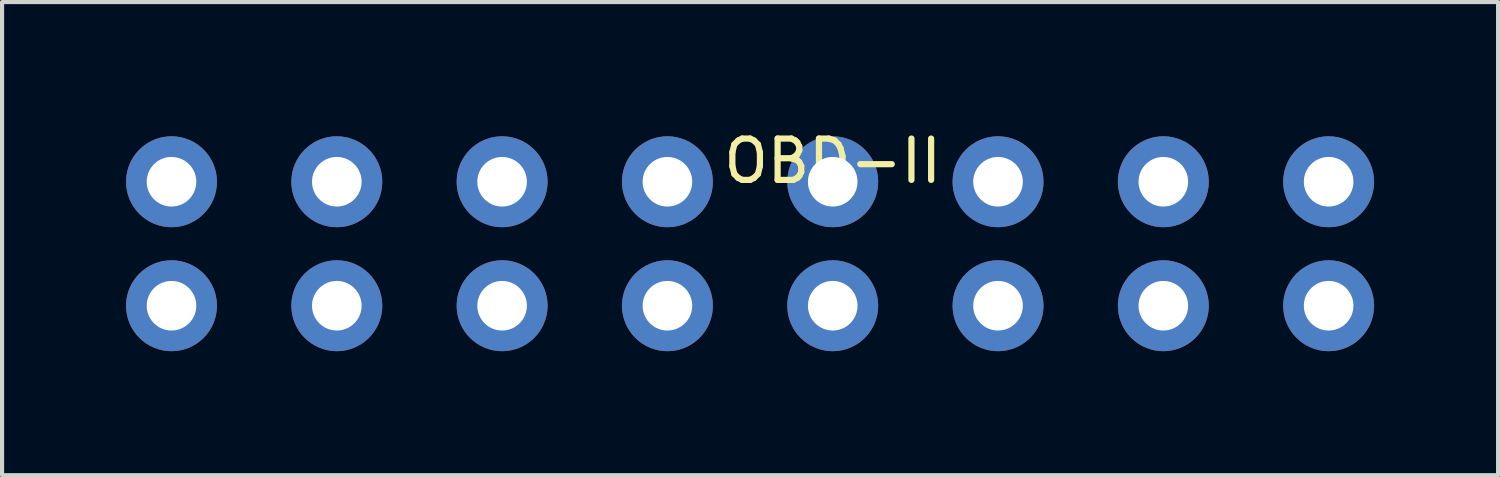
<source format=kicad_pcb>
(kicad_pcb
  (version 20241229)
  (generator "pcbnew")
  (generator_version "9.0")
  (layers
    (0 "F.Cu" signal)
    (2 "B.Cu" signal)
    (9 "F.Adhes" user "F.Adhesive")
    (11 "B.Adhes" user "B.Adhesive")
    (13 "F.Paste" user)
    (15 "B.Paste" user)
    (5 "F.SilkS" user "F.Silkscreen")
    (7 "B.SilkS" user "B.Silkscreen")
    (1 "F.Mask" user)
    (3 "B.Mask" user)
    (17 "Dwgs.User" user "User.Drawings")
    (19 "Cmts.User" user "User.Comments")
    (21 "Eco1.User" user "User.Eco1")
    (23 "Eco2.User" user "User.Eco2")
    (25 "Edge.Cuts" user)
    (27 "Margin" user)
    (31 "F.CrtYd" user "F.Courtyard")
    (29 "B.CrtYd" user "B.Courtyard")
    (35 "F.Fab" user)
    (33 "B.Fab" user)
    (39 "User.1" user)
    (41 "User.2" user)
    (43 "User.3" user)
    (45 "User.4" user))
  (footprint "OBD-II"
    (layer "F.Cu")
    (at 17.1 0.348)
    (property "Reference" "OBD-II" (at 0 0.5 0) (layer "F.SilkS") (effects (font (size 1 1) (thickness 0.15))))
    (attr through_hole)
    (pad "1" thru_hole circle (at 12 1) (size 2.2 2.2) (drill 1.2) (layers "*.Cu" "*.Mask"))
    (pad "2" thru_hole circle (at 8 1) (size 2.2 2.2) (drill 1.2) (layers "*.Cu" "*.Mask"))
    (pad "3" thru_hole circle (at 4 1) (size 2.2 2.2) (drill 1.2) (layers "*.Cu" "*.Mask"))
    (pad "4" thru_hole circle (at 0 1) (size 2.2 2.2) (drill 1.2) (layers "*.Cu" "*.Mask"))
    (pad "5" thru_hole circle (at -4 1) (size 2.2 2.2) (drill 1.2) (layers "*.Cu" "*.Mask"))
    (pad "6" thru_hole circle (at -8 1) (size 2.2 2.2) (drill 1.2) (layers "*.Cu" "*.Mask"))
    (pad "7" thru_hole circle (at -12 1) (size 2.2 2.2) (drill 1.2) (layers "*.Cu" "*.Mask"))
    (pad "8" thru_hole circle (at -16 1) (size 2.2 2.2) (drill 1.2) (layers "*.Cu" "*.Mask"))
    (pad "9" thru_hole circle (at 12 4) (size 2.2 2.2) (drill 1.2) (layers "*.Cu" "*.Mask"))
    (pad "10" thru_hole circle (at 8 4) (size 2.2 2.2) (drill 1.2) (layers "*.Cu" "*.Mask"))
    (pad "11" thru_hole circle (at 4 4) (size 2.2 2.2) (drill 1.2) (layers "*.Cu" "*.Mask"))
    (pad "12" thru_hole circle (at 0 4) (size 2.2 2.2) (drill 1.2) (layers "*.Cu" "*.Mask"))
    (pad "13" thru_hole circle (at -4 4) (size 2.2 2.2) (drill 1.2) (layers "*.Cu" "*.Mask"))
    (pad "14" thru_hole circle (at -8 4) (size 2.2 2.2) (drill 1.2) (layers "*.Cu" "*.Mask"))
    (pad "15" thru_hole circle (at -12 4) (size 2.2 2.2) (drill 1.2) (layers "*.Cu" "*.Mask"))
    (pad "16" thru_hole circle (at -16 4) (size 2.2 2.2) (drill 1.2) (layers "*.Cu" "*.Mask")))
  (gr_rect
    (start -3 -3)
    (end 33.2 8.448)
    (stroke (width 0.1) (type default))
    (fill no)
    (layer "Edge.Cuts")))
</source>
